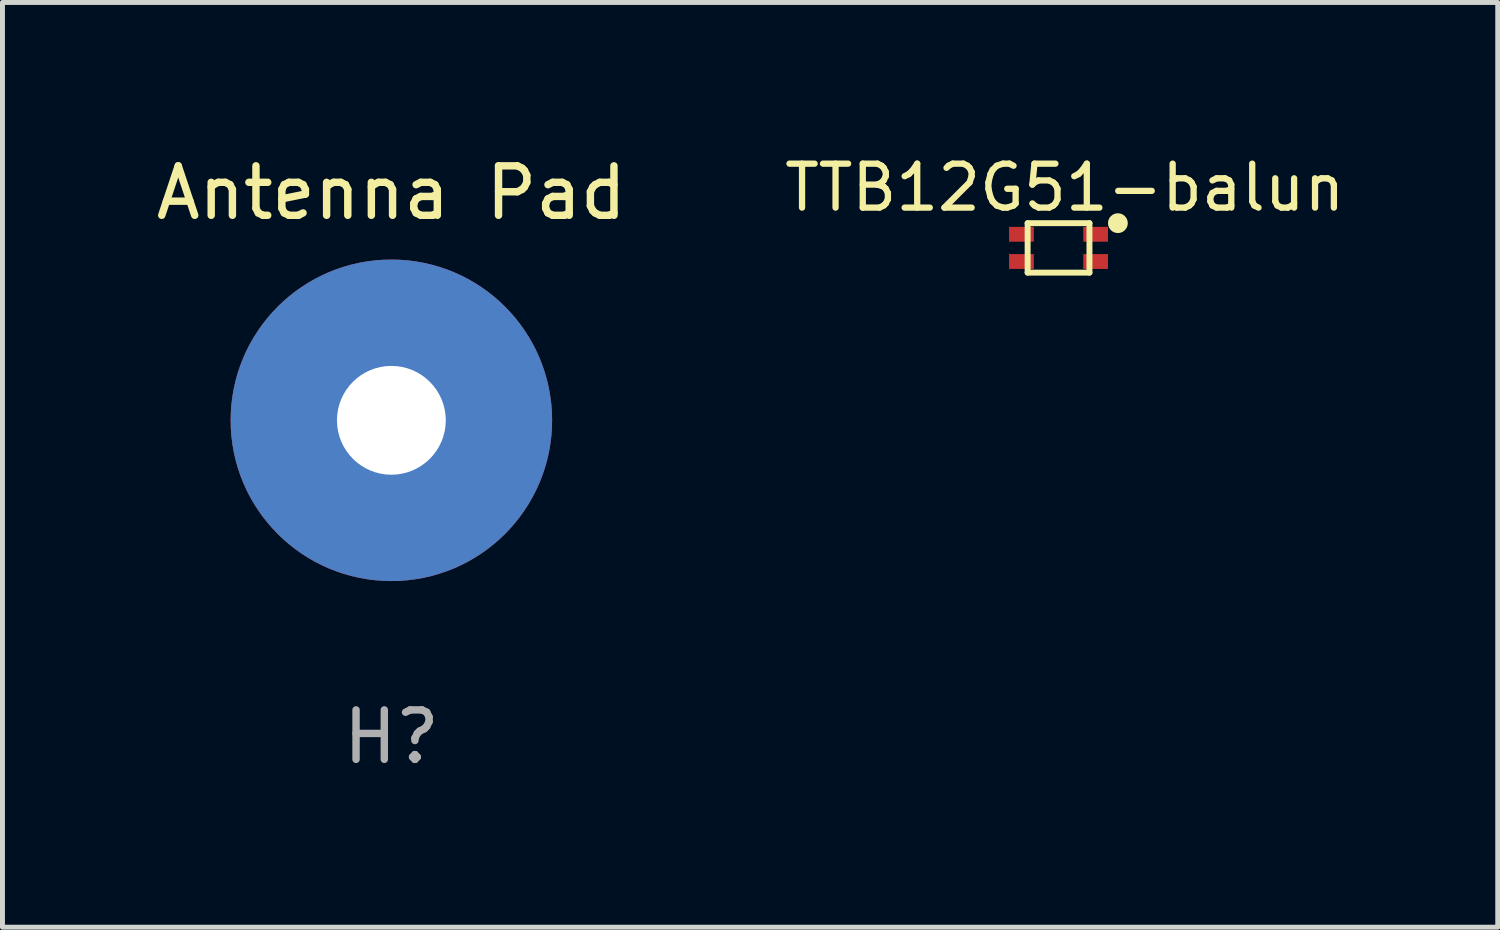
<source format=kicad_pcb>
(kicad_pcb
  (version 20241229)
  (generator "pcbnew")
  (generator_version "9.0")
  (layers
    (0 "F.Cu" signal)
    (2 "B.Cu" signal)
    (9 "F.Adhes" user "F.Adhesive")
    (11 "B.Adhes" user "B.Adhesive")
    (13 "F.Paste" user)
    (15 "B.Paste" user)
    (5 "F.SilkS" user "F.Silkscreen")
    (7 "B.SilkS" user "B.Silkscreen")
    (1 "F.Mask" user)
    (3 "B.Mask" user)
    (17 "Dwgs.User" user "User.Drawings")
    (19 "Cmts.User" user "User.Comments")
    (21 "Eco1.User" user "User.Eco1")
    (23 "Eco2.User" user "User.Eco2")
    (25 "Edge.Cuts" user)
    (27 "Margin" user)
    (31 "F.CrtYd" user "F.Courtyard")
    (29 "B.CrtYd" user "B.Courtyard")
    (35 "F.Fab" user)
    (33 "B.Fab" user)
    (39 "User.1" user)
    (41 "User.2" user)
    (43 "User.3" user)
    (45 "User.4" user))
  (footprint "TTB12G51-balun"
    (layer "F.Cu")
    (at 18.352 1.962)
    (property "Reference" "TTB12G51-balun" (at 0.127 -1.219 0) (layer "F.SilkS") (effects (font (size 0.889 0.889) (thickness 0.127))))
    (attr through_hole)
    (fp_line (start -0.625 -0.5) (end -0.625 0.5) (stroke (width 0.12) (type solid)) (layer "F.SilkS"))
    (fp_line (start -0.625 -0.5) (end 0.625 -0.5) (stroke (width 0.12) (type solid)) (layer "F.SilkS"))
    (fp_line (start -0.625 0.5) (end 0.625 0.5) (stroke (width 0.12) (type solid)) (layer "F.SilkS"))
    (fp_line (start 0.625 -0.5) (end 0.625 0.5) (stroke (width 0.12) (type solid)) (layer "F.SilkS"))
    (fp_circle (center 1.2 -0.5) (end 1.3 -0.5) (stroke (width 0.2) (type solid)) (fill no) (layer "F.SilkS"))
    (pad "1" smd rect (at 0.75 -0.275 180) (size 0.5 0.3) (layers "F.Cu" "F.Mask" "F.Paste"))
    (pad "2" smd rect (at 0.75 0.275 180) (size 0.5 0.3) (layers "F.Cu" "F.Mask" "F.Paste"))
    (pad "3" smd rect (at -0.75 0.275 180) (size 0.5 0.3) (layers "F.Cu" "F.Mask" "F.Paste"))
    (pad "4" smd rect (at -0.75 -0.275 180) (size 0.5 0.3) (layers "F.Cu" "F.Mask" "F.Paste")))
  (footprint "Antenna Pad"
    (layer "F.Cu")
    (at 4.863 5.448)
    (property "Reference" "Antenna Pad" (at 0 -4.6 0) (unlocked yes) (layer "F.SilkS") (effects (font (size 1 1) (thickness 0.15))))
    (attr smd)
    (fp_text user "H?" (at 0 6.4 0) (unlocked yes) (layer "F.Fab") (effects (font (size 1 1) (thickness 0.15))))
    (pad "1" thru_hole circle (at 0 0) (size 6.5 6.5) (drill 2.2) (layers "*.Cu" "*.Mask")))
  (gr_rect
    (start -3 -3)
    (end 27.232 15.697)
    (stroke (width 0.1) (type default))
    (fill no)
    (layer "Edge.Cuts")))
</source>
